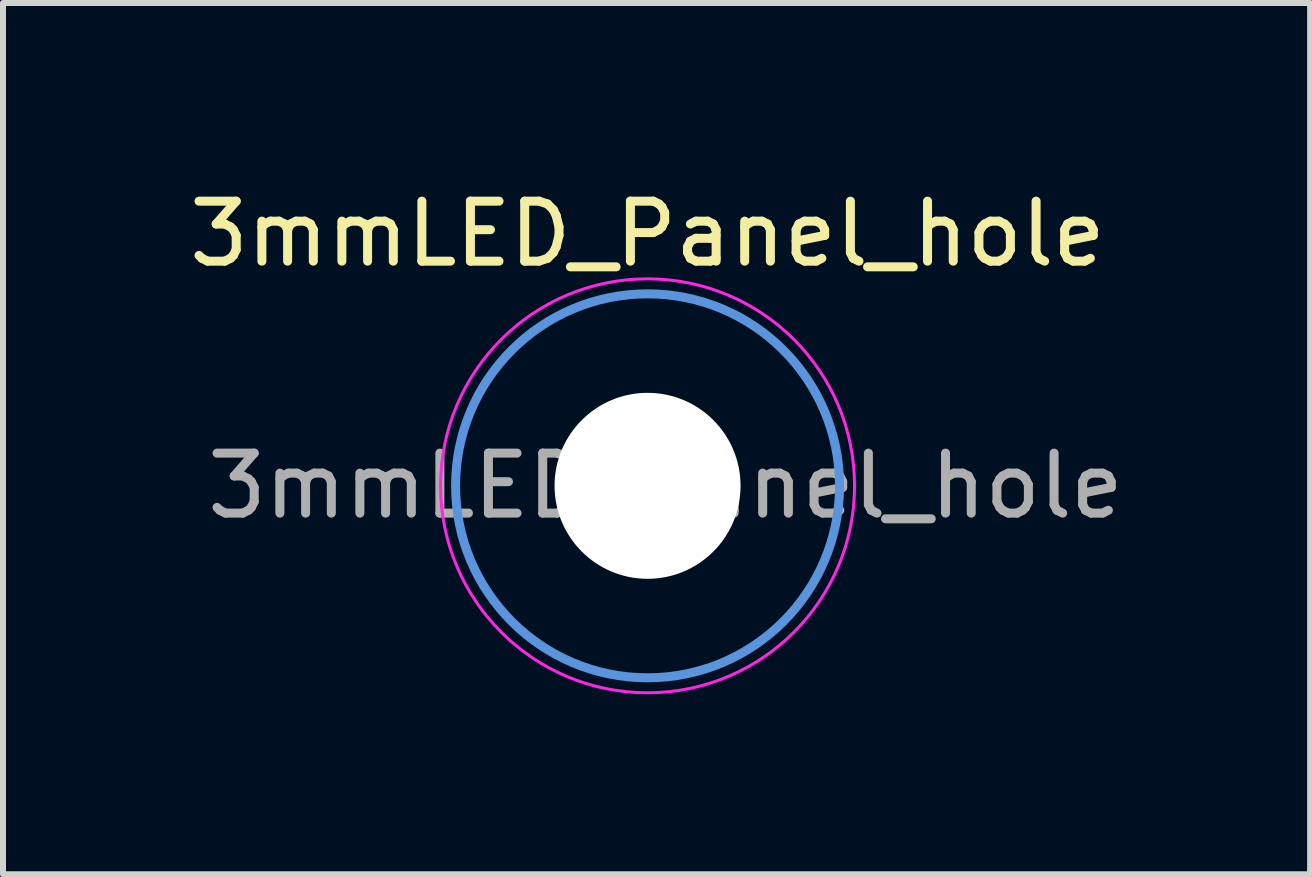
<source format=kicad_pcb>
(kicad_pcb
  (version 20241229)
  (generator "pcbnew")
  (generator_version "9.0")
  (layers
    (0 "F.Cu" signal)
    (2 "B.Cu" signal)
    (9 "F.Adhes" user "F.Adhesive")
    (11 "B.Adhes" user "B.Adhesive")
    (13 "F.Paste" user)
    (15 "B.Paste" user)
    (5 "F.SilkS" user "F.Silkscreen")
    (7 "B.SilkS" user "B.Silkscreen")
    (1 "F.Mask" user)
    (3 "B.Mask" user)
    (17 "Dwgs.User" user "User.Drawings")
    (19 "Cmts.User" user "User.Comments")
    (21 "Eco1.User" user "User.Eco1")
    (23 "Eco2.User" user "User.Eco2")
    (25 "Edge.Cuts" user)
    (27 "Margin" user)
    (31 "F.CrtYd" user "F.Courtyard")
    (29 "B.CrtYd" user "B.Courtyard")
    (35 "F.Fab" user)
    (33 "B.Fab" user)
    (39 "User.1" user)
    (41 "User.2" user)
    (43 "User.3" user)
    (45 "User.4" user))
  (footprint "3mmLED_Panel_hole"
    (layer "F.Cu")
    (at 7.744 5.048)
    (property "Reference" "3mmLED_Panel_hole" (at 0 -4.2 0) (layer "F.SilkS") (effects (font (size 1 1) (thickness 0.15))))
    (attr exclude_from_pos_files exclude_from_bom)
    (fp_circle (center 0 0) (end 3.2 0) (stroke (width 0.15) (type solid)) (fill no) (layer "Cmts.User"))
    (fp_circle (center 0 0) (end 3.45 0) (stroke (width 0.05) (type solid)) (fill no) (layer "F.CrtYd"))
    (fp_text user "${REFERENCE}" (at 0.3 0 0) (layer "F.Fab") (effects (font (size 1 1) (thickness 0.15))))
    (pad "" np_thru_hole circle (at 0 0) (size 3.1 3.1) (drill 3.1) (layers "*.Cu" "*.Mask")))
  (gr_rect
    (start -3 -3)
    (end 18.788 11.523)
    (stroke (width 0.1) (type default))
    (fill no)
    (layer "Edge.Cuts")))
</source>
